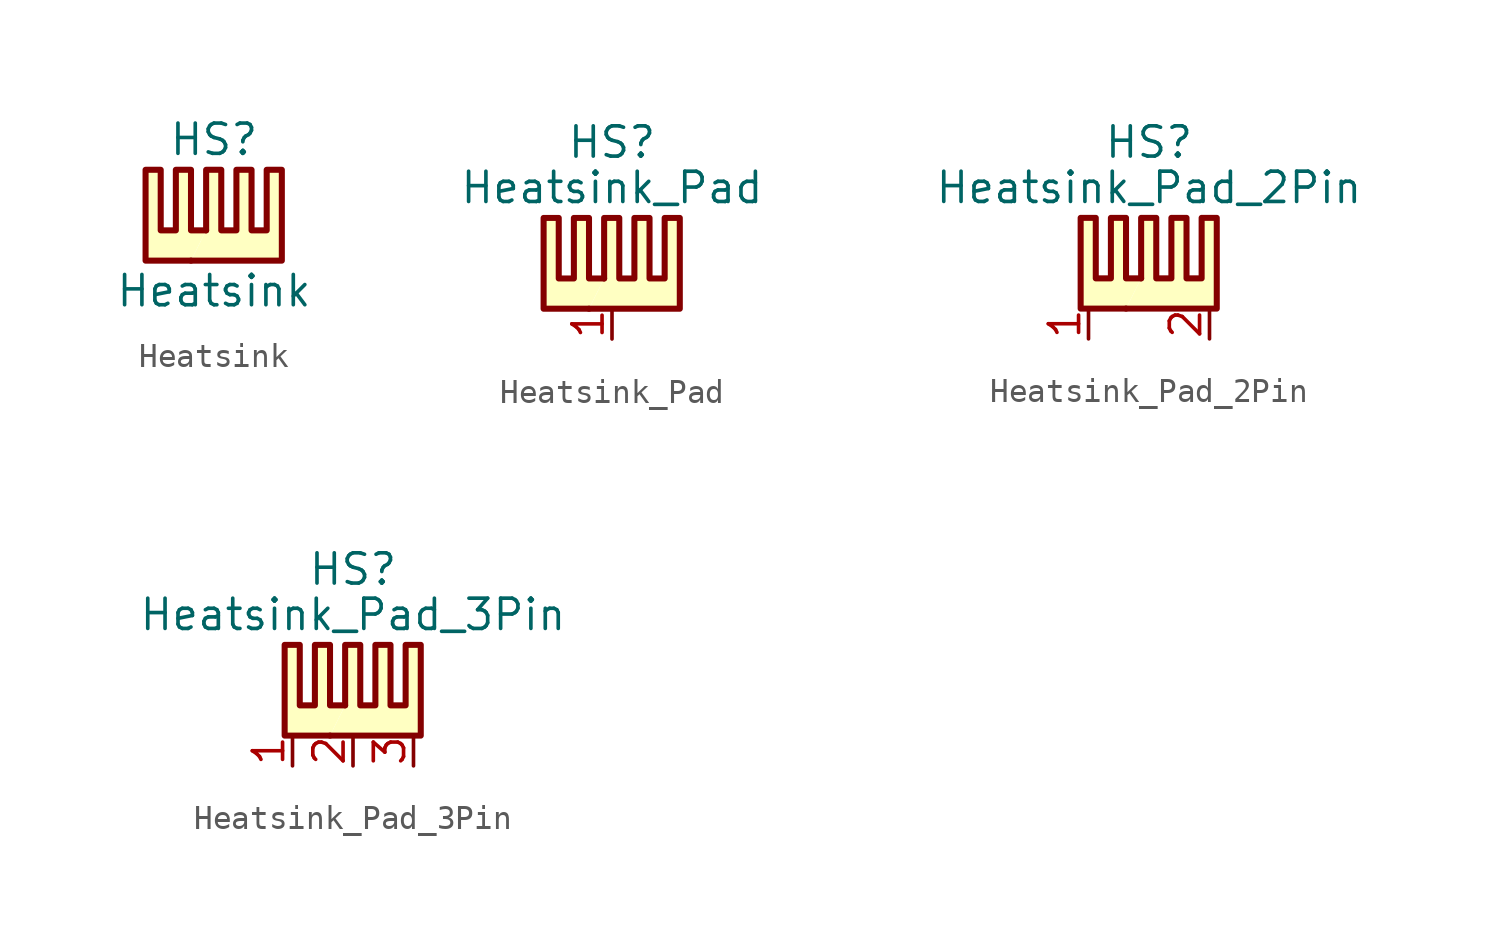
<source format=kicad_sym>
(kicad_symbol_lib
  (version 20201005)
  (generator kicad_symbol_editor)
  (symbol "Mechanical:Heatsink"
    (pin_names
      (offset 1.016))
    (property "Reference" "HS"
      (at 0 5.08 0)
      (effects (font (size 1.27 1.27))))
    (property "Value" "Heatsink"
      (at 0 -1.27 0)
      (effects (font (size 1.27 1.27))))
    (symbol "Heatsink_0_1"
      (polyline (pts (xy -0.33 1.27) (xy -0.965 1.27) (xy -0.965 3.81) (xy -1.6 3.81) (xy -1.6 1.27) (xy -2.235 1.27) (xy -2.235 3.81) (xy -2.87 3.81) (xy -2.87 0) (xy -0.965 0)) (stroke (width 0.254)) (fill (type background)))
      (polyline (pts (xy -0.33 1.27) (xy -0.33 3.81) (xy 0.305 3.81) (xy 0.305 1.27) (xy 0.94 1.27) (xy 0.94 3.81) (xy 1.575 3.81) (xy 1.575 1.27) (xy 2.21 1.27) (xy 2.21 3.81) (xy 2.845 3.81) (xy 2.845 0) (xy -0.965 0)) (stroke (width 0.254)) (fill (type background)))))
  (symbol "Mechanical:Heatsink_Pad"
    (pin_names
      (offset 0))
    (property "Reference" "HS"
      (at 0 5.715 0)
      (effects (font (size 1.27 1.27))))
    (property "Value" "Heatsink_Pad"
      (at 0 3.81 0)
      (effects (font (size 1.27 1.27))))
    (symbol "Heatsink_Pad_0_1"
      (polyline (pts (xy -0.33 0) (xy -0.965 0) (xy -0.965 2.54) (xy -1.6 2.54) (xy -1.6 0) (xy -2.235 0) (xy -2.235 2.54) (xy -2.87 2.54) (xy -2.87 -1.27) (xy -0.965 -1.27)) (stroke (width 0.254)) (fill (type background)))
      (polyline (pts (xy -0.33 0) (xy -0.33 2.54) (xy 0.305 2.54) (xy 0.305 0) (xy 0.94 0) (xy 0.94 2.54) (xy 1.575 2.54) (xy 1.575 0) (xy 2.21 0) (xy 2.21 2.54) (xy 2.845 2.54) (xy 2.845 -1.27) (xy -0.965 -1.27)) (stroke (width 0.254)) (fill (type background))))
    (symbol "Heatsink_Pad_1_1"
      (pin passive line (at 0 -2.54 90) (length 1.27) (name "~" (effects (font (size 1.27 1.27)))) (number "1" (effects (font (size 1.27 1.27)))))))
  (symbol "Mechanical:Heatsink_Pad_2Pin"
    (pin_names
      (offset 0))
    (property "Reference" "HS"
      (at 0 5.715 0)
      (effects (font (size 1.27 1.27))))
    (property "Value" "Heatsink_Pad_2Pin"
      (at 0 3.81 0)
      (effects (font (size 1.27 1.27))))
    (symbol "Heatsink_Pad_2Pin_0_1"
      (polyline (pts (xy -0.33 0) (xy -0.965 0) (xy -0.965 2.54) (xy -1.6 2.54) (xy -1.6 0) (xy -2.235 0) (xy -2.235 2.54) (xy -2.87 2.54) (xy -2.87 -1.27) (xy -0.965 -1.27)) (stroke (width 0.254)) (fill (type background)))
      (polyline (pts (xy -0.33 0) (xy -0.33 2.54) (xy 0.305 2.54) (xy 0.305 0) (xy 0.94 0) (xy 0.94 2.54) (xy 1.575 2.54) (xy 1.575 0) (xy 2.21 0) (xy 2.21 2.54) (xy 2.845 2.54) (xy 2.845 -1.27) (xy -0.965 -1.27)) (stroke (width 0.254)) (fill (type background))))
    (symbol "Heatsink_Pad_2Pin_1_1"
      (pin passive line (at -2.54 -2.54 90) (length 1.27) (name "~" (effects (font (size 1.27 1.27)))) (number "1" (effects (font (size 1.27 1.27)))))
      (pin passive line (at 2.54 -2.54 90) (length 1.27) (name "~" (effects (font (size 1.27 1.27)))) (number "2" (effects (font (size 1.27 1.27)))))))
  (symbol "Mechanical:Heatsink_Pad_3Pin"
    (pin_names
      (offset 0))
    (property "Reference" "HS"
      (at 0 5.715 0)
      (effects (font (size 1.27 1.27))))
    (property "Value" "Heatsink_Pad_3Pin"
      (at 0 3.81 0)
      (effects (font (size 1.27 1.27))))
    (symbol "Heatsink_Pad_3Pin_0_1"
      (polyline (pts (xy -0.33 0) (xy -0.965 0) (xy -0.965 2.54) (xy -1.6 2.54) (xy -1.6 0) (xy -2.235 0) (xy -2.235 2.54) (xy -2.87 2.54) (xy -2.87 -1.27) (xy -0.965 -1.27)) (stroke (width 0.254)) (fill (type background)))
      (polyline (pts (xy -0.33 0) (xy -0.33 2.54) (xy 0.305 2.54) (xy 0.305 0) (xy 0.94 0) (xy 0.94 2.54) (xy 1.575 2.54) (xy 1.575 0) (xy 2.21 0) (xy 2.21 2.54) (xy 2.845 2.54) (xy 2.845 -1.27) (xy -0.965 -1.27)) (stroke (width 0.254)) (fill (type background))))
    (symbol "Heatsink_Pad_3Pin_1_1"
      (pin passive line (at -2.54 -2.54 90) (length 1.27) (name "~" (effects (font (size 1.27 1.27)))) (number "1" (effects (font (size 1.27 1.27)))))
      (pin passive line (at 0 -2.54 90) (length 1.27) (name "~" (effects (font (size 1.27 1.27)))) (number "2" (effects (font (size 1.27 1.27)))))
      (pin passive line (at 2.54 -2.54 90) (length 1.27) (name "~" (effects (font (size 1.27 1.27)))) (number "3" (effects (font (size 1.27 1.27))))))))
</source>
